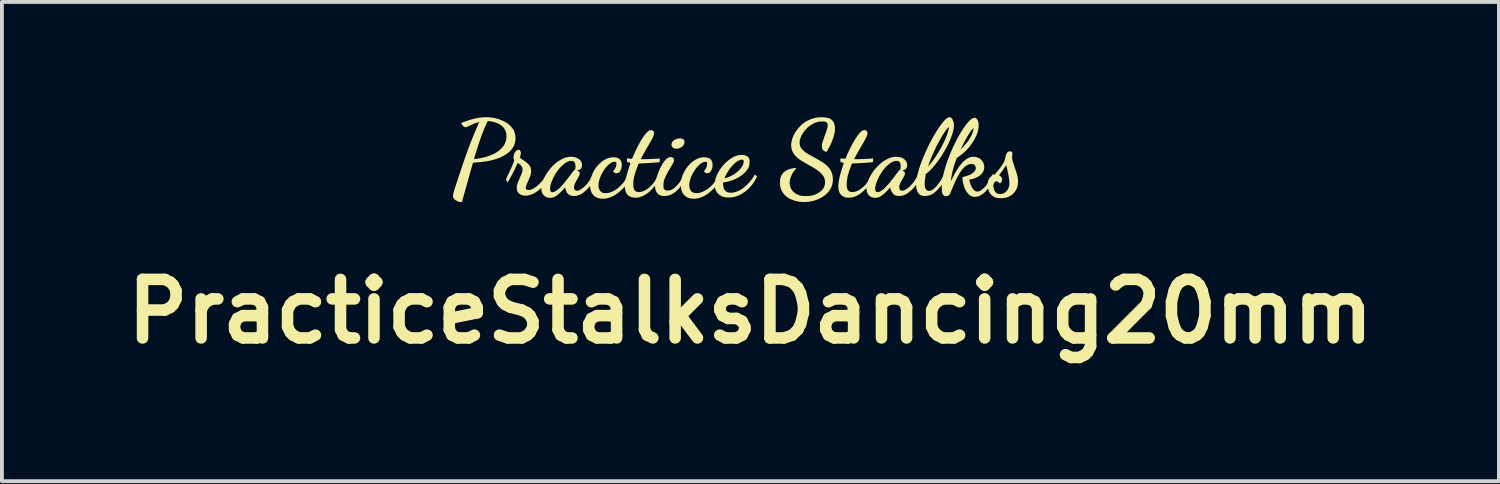
<source format=kicad_pcb>
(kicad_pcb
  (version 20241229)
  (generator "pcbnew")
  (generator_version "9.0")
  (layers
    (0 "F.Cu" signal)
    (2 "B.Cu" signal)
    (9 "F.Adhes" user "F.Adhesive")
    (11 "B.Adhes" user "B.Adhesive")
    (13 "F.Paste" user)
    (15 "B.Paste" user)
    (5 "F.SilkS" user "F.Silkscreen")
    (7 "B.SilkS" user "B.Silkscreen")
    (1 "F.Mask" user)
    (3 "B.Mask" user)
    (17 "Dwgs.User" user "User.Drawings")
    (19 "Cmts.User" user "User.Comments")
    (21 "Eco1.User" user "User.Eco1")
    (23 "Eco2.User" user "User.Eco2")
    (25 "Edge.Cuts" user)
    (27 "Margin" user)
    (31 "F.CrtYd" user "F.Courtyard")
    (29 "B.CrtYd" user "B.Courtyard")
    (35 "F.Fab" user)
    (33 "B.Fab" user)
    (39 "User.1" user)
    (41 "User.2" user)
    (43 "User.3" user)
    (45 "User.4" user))
  (footprint "PracticeStalksDancing20mm"
    (layer "F.Cu")
    (at 16.481 5.056)
    (property "Reference" "PracticeStalksDancing20mm" (at 0 0 0) (layer "F.SilkS") (effects (font (size 1.524 1.524) (thickness 0.3))))
    (attr board_only exclude_from_pos_files exclude_from_bom)
    (fp_poly (pts (xy -1.78 -4.497) (xy -1.75 -4.482) (xy -1.731 -4.465) (xy -1.719 -4.439) (xy -1.716 -4.407) (xy -1.721 -4.373) (xy -1.734 -4.341) (xy -1.735 -4.339) (xy -1.763 -4.303) (xy -1.8 -4.274) (xy -1.842 -4.252) (xy -1.888 -4.238) (xy -1.933 -4.235) (xy -1.964 -4.239) (xy -2.004 -4.255) (xy -2.032 -4.277) (xy -2.05 -4.306) (xy -2.055 -4.341) (xy -2.05 -4.38) (xy -2.034 -4.413) (xy -2.007 -4.443) (xy -1.967 -4.469) (xy -1.946 -4.48) (xy -1.903 -4.495) (xy -1.859 -4.503) (xy -1.818 -4.504)) (stroke (width 0) (type solid)) (fill yes) (layer "F.SilkS"))
    (fp_poly (pts (xy -6.786 -5.052) (xy -6.671 -5.036) (xy -6.56 -5.008) (xy -6.454 -4.967) (xy -6.361 -4.918) (xy -6.313 -4.886) (xy -6.266 -4.847) (xy -6.223 -4.803) (xy -6.187 -4.759) (xy -6.16 -4.716) (xy -6.158 -4.712) (xy -6.132 -4.645) (xy -6.117 -4.573) (xy -6.114 -4.497) (xy -6.122 -4.421) (xy -6.123 -4.419) (xy -6.133 -4.373) (xy -6.146 -4.335) (xy -6.162 -4.299) (xy -6.183 -4.264) (xy -6.23 -4.201) (xy -6.289 -4.142) (xy -6.36 -4.089) (xy -6.441 -4.042) (xy -6.533 -3.999) (xy -6.635 -3.963) (xy -6.747 -3.932) (xy -6.868 -3.908) (xy -6.997 -3.89) (xy -7.11 -3.88) (xy -7.146 -3.877) (xy -7.178 -3.874) (xy -7.203 -3.871) (xy -7.218 -3.869) (xy -7.221 -3.868) (xy -7.224 -3.861) (xy -7.229 -3.842) (xy -7.238 -3.813) (xy -7.249 -3.774) (xy -7.263 -3.727) (xy -7.278 -3.672) (xy -7.295 -3.612) (xy -7.314 -3.547) (xy -7.332 -3.48) (xy -7.353 -3.406) (xy -7.373 -3.333) (xy -7.393 -3.261) (xy -7.412 -3.193) (xy -7.43 -3.131) (xy -7.445 -3.075) (xy -7.459 -3.027) (xy -7.469 -2.99) (xy -7.474 -2.972) (xy -7.509 -2.847) (xy -7.533 -2.847) (xy -7.555 -2.849) (xy -7.58 -2.854) (xy -7.587 -2.856) (xy -7.635 -2.873) (xy -7.677 -2.897) (xy -7.71 -2.926) (xy -7.731 -2.956) (xy -7.737 -2.972) (xy -7.739 -2.994) (xy -7.738 -3.026) (xy -7.738 -3.026) (xy -7.737 -3.041) (xy -7.734 -3.059) (xy -7.729 -3.08) (xy -7.722 -3.106) (xy -7.713 -3.139) (xy -7.701 -3.18) (xy -7.685 -3.229) (xy -7.666 -3.289) (xy -7.648 -3.343) (xy -7.598 -3.497) (xy -7.55 -3.639) (xy -7.506 -3.77) (xy -7.464 -3.893) (xy -7.437 -3.97) (xy -7.193 -3.97) (xy -7.187 -3.968) (xy -7.168 -3.969) (xy -7.136 -3.972) (xy -7.091 -3.978) (xy -7.053 -3.984) (xy -6.943 -4.007) (xy -6.837 -4.037) (xy -6.739 -4.073) (xy -6.65 -4.116) (xy -6.575 -4.162) (xy -6.539 -4.19) (xy -6.501 -4.224) (xy -6.465 -4.261) (xy -6.433 -4.299) (xy -6.41 -4.333) (xy -6.407 -4.338) (xy -6.377 -4.402) (xy -6.357 -4.469) (xy -6.349 -4.536) (xy -6.35 -4.602) (xy -6.362 -4.666) (xy -6.385 -4.724) (xy -6.417 -4.776) (xy -6.43 -4.792) (xy -6.477 -4.835) (xy -6.534 -4.873) (xy -6.599 -4.905) (xy -6.67 -4.929) (xy -6.744 -4.946) (xy -6.786 -4.951) (xy -6.837 -4.955) (xy -6.878 -4.869) (xy -6.915 -4.788) (xy -6.952 -4.698) (xy -6.99 -4.598) (xy -7.029 -4.487) (xy -7.066 -4.38) (xy -7.084 -4.325) (xy -7.102 -4.269) (xy -7.119 -4.214) (xy -7.136 -4.161) (xy -7.152 -4.111) (xy -7.165 -4.067) (xy -7.177 -4.029) (xy -7.186 -3.999) (xy -7.191 -3.979) (xy -7.193 -3.97) (xy -7.437 -3.97) (xy -7.425 -4.007) (xy -7.386 -4.115) (xy -7.349 -4.218) (xy -7.312 -4.316) (xy -7.275 -4.412) (xy -7.238 -4.506) (xy -7.2 -4.599) (xy -7.161 -4.693) (xy -7.12 -4.789) (xy -7.077 -4.889) (xy -7.073 -4.899) (xy -7.06 -4.928) (xy -7.085 -4.924) (xy -7.125 -4.913) (xy -7.174 -4.896) (xy -7.232 -4.872) (xy -7.296 -4.842) (xy -7.302 -4.839) (xy -7.344 -4.819) (xy -7.376 -4.805) (xy -7.4 -4.797) (xy -7.419 -4.795) (xy -7.436 -4.798) (xy -7.451 -4.806) (xy -7.468 -4.82) (xy -7.474 -4.825) (xy -7.492 -4.843) (xy -7.508 -4.863) (xy -7.52 -4.882) (xy -7.526 -4.897) (xy -7.525 -4.904) (xy -7.517 -4.908) (xy -7.498 -4.916) (xy -7.472 -4.926) (xy -7.44 -4.938) (xy -7.405 -4.951) (xy -7.369 -4.963) (xy -7.335 -4.975) (xy -7.305 -4.985) (xy -7.288 -4.99) (xy -7.156 -5.025) (xy -7.029 -5.046) (xy -6.905 -5.056)) (stroke (width 0) (type solid)) (fill yes) (layer "F.SilkS"))
    (fp_poly (pts (xy 1.934 -5.052) (xy 1.996 -5.042) (xy 2.049 -5.027) (xy 2.093 -5.004) (xy 2.128 -4.974) (xy 2.157 -4.936) (xy 2.168 -4.917) (xy 2.186 -4.871) (xy 2.197 -4.815) (xy 2.2 -4.754) (xy 2.197 -4.688) (xy 2.193 -4.66) (xy 2.185 -4.623) (xy 2.173 -4.577) (xy 2.158 -4.526) (xy 2.139 -4.472) (xy 2.12 -4.421) (xy 2.109 -4.394) (xy 2.092 -4.355) (xy 2.072 -4.315) (xy 2.052 -4.276) (xy 2.032 -4.239) (xy 2.014 -4.206) (xy 1.998 -4.18) (xy 1.985 -4.162) (xy 1.976 -4.154) (xy 1.975 -4.153) (xy 1.956 -4.158) (xy 1.932 -4.168) (xy 1.909 -4.183) (xy 1.892 -4.197) (xy 1.876 -4.218) (xy 1.866 -4.242) (xy 1.861 -4.271) (xy 1.86 -4.301) (xy 1.86 -4.322) (xy 1.862 -4.342) (xy 1.865 -4.363) (xy 1.871 -4.387) (xy 1.879 -4.415) (xy 1.89 -4.45) (xy 1.905 -4.492) (xy 1.924 -4.545) (xy 1.936 -4.579) (xy 1.962 -4.651) (xy 1.983 -4.713) (xy 1.997 -4.764) (xy 2.007 -4.807) (xy 2.011 -4.842) (xy 2.01 -4.87) (xy 2.004 -4.893) (xy 1.992 -4.91) (xy 1.976 -4.925) (xy 1.965 -4.932) (xy 1.945 -4.938) (xy 1.915 -4.942) (xy 1.879 -4.944) (xy 1.84 -4.943) (xy 1.801 -4.941) (xy 1.765 -4.936) (xy 1.74 -4.93) (xy 1.657 -4.899) (xy 1.579 -4.856) (xy 1.506 -4.803) (xy 1.441 -4.74) (xy 1.384 -4.669) (xy 1.336 -4.591) (xy 1.323 -4.564) (xy 1.301 -4.511) (xy 1.287 -4.463) (xy 1.281 -4.417) (xy 1.281 -4.374) (xy 1.284 -4.342) (xy 1.288 -4.319) (xy 1.295 -4.298) (xy 1.306 -4.275) (xy 1.331 -4.238) (xy 1.365 -4.2) (xy 1.407 -4.162) (xy 1.453 -4.128) (xy 1.46 -4.123) (xy 1.478 -4.112) (xy 1.505 -4.096) (xy 1.54 -4.076) (xy 1.581 -4.053) (xy 1.624 -4.03) (xy 1.653 -4.013) (xy 1.699 -3.988) (xy 1.746 -3.961) (xy 1.791 -3.935) (xy 1.831 -3.911) (xy 1.864 -3.891) (xy 1.877 -3.883) (xy 1.952 -3.829) (xy 2.014 -3.773) (xy 2.063 -3.714) (xy 2.1 -3.652) (xy 2.126 -3.585) (xy 2.141 -3.514) (xy 2.146 -3.436) (xy 2.145 -3.413) (xy 2.139 -3.35) (xy 2.128 -3.294) (xy 2.109 -3.241) (xy 2.089 -3.199) (xy 2.047 -3.134) (xy 1.995 -3.074) (xy 1.932 -3.019) (xy 1.862 -2.972) (xy 1.783 -2.931) (xy 1.699 -2.897) (xy 1.611 -2.872) (xy 1.519 -2.855) (xy 1.425 -2.848) (xy 1.33 -2.85) (xy 1.263 -2.857) (xy 1.171 -2.877) (xy 1.086 -2.905) (xy 1.01 -2.941) (xy 0.943 -2.986) (xy 0.886 -3.037) (xy 0.84 -3.096) (xy 0.804 -3.161) (xy 0.781 -3.23) (xy 0.772 -3.279) (xy 0.769 -3.335) (xy 0.77 -3.392) (xy 0.776 -3.447) (xy 0.787 -3.495) (xy 0.791 -3.507) (xy 0.818 -3.561) (xy 0.857 -3.61) (xy 0.905 -3.651) (xy 0.963 -3.685) (xy 1.028 -3.709) (xy 1.043 -3.713) (xy 1.07 -3.719) (xy 1.1 -3.725) (xy 1.13 -3.729) (xy 1.157 -3.732) (xy 1.178 -3.733) (xy 1.191 -3.732) (xy 1.193 -3.73) (xy 1.189 -3.723) (xy 1.179 -3.709) (xy 1.167 -3.695) (xy 1.118 -3.633) (xy 1.079 -3.567) (xy 1.049 -3.499) (xy 1.029 -3.432) (xy 1.02 -3.366) (xy 1.02 -3.353) (xy 1.026 -3.286) (xy 1.044 -3.224) (xy 1.074 -3.168) (xy 1.114 -3.118) (xy 1.166 -3.076) (xy 1.227 -3.042) (xy 1.287 -3.019) (xy 1.308 -3.013) (xy 1.328 -3.009) (xy 1.349 -3.006) (xy 1.376 -3.004) (xy 1.411 -3.004) (xy 1.443 -3.003) (xy 1.488 -3.004) (xy 1.522 -3.005) (xy 1.55 -3.007) (xy 1.575 -3.011) (xy 1.601 -3.017) (xy 1.61 -3.019) (xy 1.683 -3.042) (xy 1.749 -3.073) (xy 1.808 -3.11) (xy 1.857 -3.152) (xy 1.895 -3.197) (xy 1.922 -3.25) (xy 1.938 -3.308) (xy 1.942 -3.372) (xy 1.939 -3.41) (xy 1.928 -3.46) (xy 1.909 -3.505) (xy 1.881 -3.549) (xy 1.841 -3.593) (xy 1.837 -3.597) (xy 1.811 -3.622) (xy 1.783 -3.646) (xy 1.751 -3.67) (xy 1.714 -3.696) (xy 1.67 -3.724) (xy 1.617 -3.756) (xy 1.555 -3.791) (xy 1.513 -3.815) (xy 1.447 -3.852) (xy 1.391 -3.885) (xy 1.344 -3.913) (xy 1.304 -3.939) (xy 1.27 -3.962) (xy 1.24 -3.984) (xy 1.219 -4.002) (xy 1.162 -4.058) (xy 1.118 -4.117) (xy 1.086 -4.181) (xy 1.067 -4.249) (xy 1.06 -4.322) (xy 1.066 -4.399) (xy 1.085 -4.481) (xy 1.101 -4.53) (xy 1.133 -4.603) (xy 1.176 -4.676) (xy 1.228 -4.748) (xy 1.286 -4.815) (xy 1.348 -4.874) (xy 1.412 -4.922) (xy 1.498 -4.972) (xy 1.584 -5.01) (xy 1.672 -5.036) (xy 1.765 -5.051) (xy 1.86 -5.055)) (stroke (width 0) (type solid)) (fill yes) (layer "F.SilkS"))
    (fp_poly (pts (xy 5.198 -5.055) (xy 5.224 -5.041) (xy 5.248 -5.014) (xy 5.258 -4.997) (xy 5.281 -4.944) (xy 5.294 -4.89) (xy 5.298 -4.832) (xy 5.292 -4.768) (xy 5.277 -4.697) (xy 5.25 -4.603) (xy 5.213 -4.504) (xy 5.169 -4.402) (xy 5.118 -4.298) (xy 5.061 -4.193) (xy 5 -4.091) (xy 4.936 -3.991) (xy 4.868 -3.897) (xy 4.8 -3.809) (xy 4.731 -3.729) (xy 4.663 -3.659) (xy 4.608 -3.611) (xy 4.563 -3.574) (xy 4.551 -3.495) (xy 4.541 -3.417) (xy 4.535 -3.351) (xy 4.535 -3.294) (xy 4.54 -3.248) (xy 4.551 -3.21) (xy 4.567 -3.18) (xy 4.588 -3.157) (xy 4.595 -3.152) (xy 4.623 -3.14) (xy 4.656 -3.138) (xy 4.693 -3.144) (xy 4.717 -3.154) (xy 4.751 -3.175) (xy 4.789 -3.207) (xy 4.829 -3.247) (xy 4.87 -3.294) (xy 4.91 -3.346) (xy 4.947 -3.401) (xy 4.955 -3.413) (xy 4.977 -3.45) (xy 4.993 -3.48) (xy 5.005 -3.507) (xy 5.015 -3.535) (xy 5.024 -3.569) (xy 5.03 -3.593) (xy 5.057 -3.698) (xy 5.09 -3.807) (xy 5.128 -3.918) (xy 5.17 -4.031) (xy 5.216 -4.145) (xy 5.245 -4.21) (xy 5.466 -4.21) (xy 5.531 -4.277) (xy 5.561 -4.309) (xy 5.593 -4.347) (xy 5.625 -4.384) (xy 5.647 -4.412) (xy 5.699 -4.487) (xy 5.741 -4.56) (xy 5.773 -4.629) (xy 5.795 -4.693) (xy 5.803 -4.741) (xy 5.807 -4.777) (xy 5.777 -4.743) (xy 5.746 -4.707) (xy 5.712 -4.659) (xy 5.675 -4.602) (xy 5.635 -4.535) (xy 5.594 -4.462) (xy 5.552 -4.382) (xy 5.524 -4.327) (xy 5.466 -4.21) (xy 5.245 -4.21) (xy 5.266 -4.257) (xy 5.317 -4.366) (xy 5.371 -4.472) (xy 5.425 -4.573) (xy 5.481 -4.668) (xy 5.536 -4.755) (xy 5.59 -4.833) (xy 5.643 -4.901) (xy 5.695 -4.958) (xy 5.708 -4.971) (xy 5.749 -5.006) (xy 5.787 -5.029) (xy 5.821 -5.04) (xy 5.852 -5.038) (xy 5.879 -5.023) (xy 5.903 -4.995) (xy 5.907 -4.99) (xy 5.925 -4.948) (xy 5.937 -4.898) (xy 5.94 -4.84) (xy 5.936 -4.778) (xy 5.925 -4.712) (xy 5.907 -4.647) (xy 5.88 -4.578) (xy 5.844 -4.504) (xy 5.802 -4.429) (xy 5.754 -4.356) (xy 5.702 -4.287) (xy 5.701 -4.286) (xy 5.666 -4.245) (xy 5.623 -4.2) (xy 5.576 -4.155) (xy 5.528 -4.112) (xy 5.482 -4.074) (xy 5.442 -4.045) (xy 5.375 -4) (xy 5.345 -3.922) (xy 5.33 -3.881) (xy 5.313 -3.834) (xy 5.298 -3.789) (xy 5.29 -3.763) (xy 5.28 -3.726) (xy 5.268 -3.681) (xy 5.257 -3.63) (xy 5.245 -3.577) (xy 5.235 -3.525) (xy 5.226 -3.478) (xy 5.22 -3.438) (xy 5.217 -3.42) (xy 5.216 -3.407) (xy 5.216 -3.399) (xy 5.218 -3.398) (xy 5.223 -3.404) (xy 5.231 -3.419) (xy 5.244 -3.444) (xy 5.262 -3.48) (xy 5.264 -3.483) (xy 5.321 -3.591) (xy 5.377 -3.687) (xy 5.432 -3.77) (xy 5.486 -3.84) (xy 5.54 -3.899) (xy 5.593 -3.946) (xy 5.646 -3.982) (xy 5.701 -4.007) (xy 5.755 -4.022) (xy 5.809 -4.027) (xy 5.87 -4.02) (xy 5.925 -4.003) (xy 5.974 -3.975) (xy 6.016 -3.939) (xy 6.049 -3.894) (xy 6.072 -3.844) (xy 6.084 -3.787) (xy 6.085 -3.736) (xy 6.075 -3.681) (xy 6.053 -3.63) (xy 6.018 -3.582) (xy 5.972 -3.539) (xy 5.915 -3.502) (xy 5.893 -3.491) (xy 5.857 -3.475) (xy 5.818 -3.46) (xy 5.779 -3.447) (xy 5.744 -3.438) (xy 5.717 -3.434) (xy 5.709 -3.433) (xy 5.694 -3.433) (xy 5.71 -3.375) (xy 5.728 -3.314) (xy 5.746 -3.265) (xy 5.767 -3.224) (xy 5.79 -3.19) (xy 5.817 -3.16) (xy 5.819 -3.158) (xy 5.85 -3.134) (xy 5.88 -3.122) (xy 5.915 -3.121) (xy 5.927 -3.122) (xy 5.958 -3.13) (xy 5.991 -3.145) (xy 6.026 -3.17) (xy 6.065 -3.205) (xy 6.077 -3.217) (xy 6.108 -3.249) (xy 6.323 -3.249) (xy 6.326 -3.228) (xy 6.34 -3.173) (xy 6.362 -3.128) (xy 6.392 -3.092) (xy 6.429 -3.066) (xy 6.43 -3.066) (xy 6.461 -3.057) (xy 6.498 -3.054) (xy 6.538 -3.058) (xy 6.575 -3.067) (xy 6.59 -3.073) (xy 6.638 -3.104) (xy 6.678 -3.144) (xy 6.709 -3.194) (xy 6.73 -3.25) (xy 6.733 -3.265) (xy 6.739 -3.311) (xy 6.739 -3.367) (xy 6.733 -3.435) (xy 6.722 -3.512) (xy 6.706 -3.599) (xy 6.685 -3.694) (xy 6.671 -3.749) (xy 6.656 -3.808) (xy 6.597 -3.72) (xy 6.574 -3.686) (xy 6.55 -3.652) (xy 6.528 -3.622) (xy 6.511 -3.598) (xy 6.506 -3.591) (xy 6.49 -3.572) (xy 6.479 -3.556) (xy 6.474 -3.548) (xy 6.474 -3.547) (xy 6.479 -3.542) (xy 6.492 -3.531) (xy 6.5 -3.525) (xy 6.531 -3.498) (xy 6.548 -3.468) (xy 6.552 -3.434) (xy 6.544 -3.399) (xy 6.526 -3.367) (xy 6.513 -3.349) (xy 6.502 -3.337) (xy 6.496 -3.333) (xy 6.487 -3.338) (xy 6.475 -3.349) (xy 6.473 -3.351) (xy 6.445 -3.374) (xy 6.417 -3.385) (xy 6.391 -3.385) (xy 6.367 -3.374) (xy 6.347 -3.354) (xy 6.333 -3.326) (xy 6.324 -3.291) (xy 6.323 -3.249) (xy 6.108 -3.249) (xy 6.111 -3.252) (xy 6.136 -3.28) (xy 6.155 -3.305) (xy 6.167 -3.327) (xy 6.175 -3.349) (xy 6.181 -3.374) (xy 6.195 -3.424) (xy 6.219 -3.467) (xy 6.255 -3.503) (xy 6.277 -3.524) (xy 6.293 -3.546) (xy 6.298 -3.555) (xy 6.305 -3.571) (xy 6.31 -3.579) (xy 6.311 -3.58) (xy 6.317 -3.575) (xy 6.327 -3.565) (xy 6.339 -3.55) (xy 6.36 -3.57) (xy 6.377 -3.587) (xy 6.399 -3.612) (xy 6.425 -3.643) (xy 6.453 -3.677) (xy 6.48 -3.711) (xy 6.505 -3.744) (xy 6.526 -3.772) (xy 6.533 -3.783) (xy 6.565 -3.833) (xy 6.59 -3.876) (xy 6.609 -3.915) (xy 6.622 -3.952) (xy 6.632 -3.989) (xy 6.635 -4.003) (xy 6.647 -4.06) (xy 6.664 -4.105) (xy 6.685 -4.137) (xy 6.71 -4.158) (xy 6.74 -4.167) (xy 6.754 -4.168) (xy 6.783 -4.163) (xy 6.805 -4.15) (xy 6.817 -4.13) (xy 6.817 -4.129) (xy 6.818 -4.114) (xy 6.817 -4.091) (xy 6.814 -4.065) (xy 6.813 -4.064) (xy 6.81 -4.036) (xy 6.809 -4.008) (xy 6.812 -3.978) (xy 6.818 -3.943) (xy 6.828 -3.903) (xy 6.843 -3.855) (xy 6.862 -3.797) (xy 6.868 -3.78) (xy 6.892 -3.709) (xy 6.912 -3.648) (xy 6.929 -3.597) (xy 6.941 -3.553) (xy 6.951 -3.515) (xy 6.958 -3.482) (xy 6.963 -3.451) (xy 6.965 -3.421) (xy 6.967 -3.391) (xy 6.967 -3.373) (xy 6.96 -3.299) (xy 6.942 -3.228) (xy 6.913 -3.163) (xy 6.874 -3.104) (xy 6.826 -3.053) (xy 6.769 -3.011) (xy 6.705 -2.979) (xy 6.646 -2.96) (xy 6.607 -2.953) (xy 6.56 -2.949) (xy 6.512 -2.947) (xy 6.466 -2.948) (xy 6.428 -2.953) (xy 6.423 -2.953) (xy 6.362 -2.972) (xy 6.308 -3.001) (xy 6.263 -3.041) (xy 6.226 -3.09) (xy 6.199 -3.148) (xy 6.198 -3.152) (xy 6.183 -3.198) (xy 6.148 -3.156) (xy 6.098 -3.101) (xy 6.044 -3.056) (xy 5.989 -3.022) (xy 5.932 -2.997) (xy 5.876 -2.984) (xy 5.822 -2.982) (xy 5.77 -2.992) (xy 5.742 -3.004) (xy 5.711 -3.024) (xy 5.677 -3.053) (xy 5.645 -3.089) (xy 5.617 -3.127) (xy 5.597 -3.161) (xy 5.567 -3.233) (xy 5.544 -3.308) (xy 5.527 -3.382) (xy 5.519 -3.451) (xy 5.519 -3.453) (xy 5.517 -3.495) (xy 5.575 -3.511) (xy 5.65 -3.534) (xy 5.715 -3.56) (xy 5.768 -3.59) (xy 5.811 -3.622) (xy 5.841 -3.656) (xy 5.86 -3.692) (xy 5.866 -3.729) (xy 5.86 -3.767) (xy 5.853 -3.784) (xy 5.832 -3.812) (xy 5.803 -3.831) (xy 5.766 -3.839) (xy 5.736 -3.838) (xy 5.687 -3.829) (xy 5.64 -3.808) (xy 5.593 -3.777) (xy 5.546 -3.733) (xy 5.499 -3.678) (xy 5.452 -3.61) (xy 5.405 -3.531) (xy 5.357 -3.438) (xy 5.309 -3.333) (xy 5.264 -3.227) (xy 5.247 -3.184) (xy 5.23 -3.144) (xy 5.215 -3.109) (xy 5.203 -3.081) (xy 5.194 -3.062) (xy 5.191 -3.057) (xy 5.17 -3.028) (xy 5.144 -3.011) (xy 5.111 -3.002) (xy 5.105 -3.001) (xy 5.068 -3.002) (xy 5.04 -3.012) (xy 5.018 -3.033) (xy 5.003 -3.058) (xy 4.996 -3.073) (xy 4.991 -3.088) (xy 4.987 -3.105) (xy 4.984 -3.127) (xy 4.982 -3.157) (xy 4.981 -3.195) (xy 4.977 -3.296) (xy 4.942 -3.249) (xy 4.916 -3.218) (xy 4.885 -3.184) (xy 4.85 -3.149) (xy 4.815 -3.116) (xy 4.781 -3.087) (xy 4.753 -3.066) (xy 4.745 -3.061) (xy 4.684 -3.031) (xy 4.623 -3.012) (xy 4.558 -3.005) (xy 4.547 -3.005) (xy 4.491 -3.009) (xy 4.445 -3.02) (xy 4.407 -3.04) (xy 4.376 -3.069) (xy 4.351 -3.11) (xy 4.338 -3.14) (xy 4.322 -3.192) (xy 4.314 -3.242) (xy 4.31 -3.296) (xy 4.28 -3.256) (xy 4.231 -3.198) (xy 4.175 -3.143) (xy 4.116 -3.094) (xy 4.057 -3.054) (xy 4.053 -3.052) (xy 4.004 -3.029) (xy 3.95 -3.014) (xy 3.895 -3.006) (xy 3.842 -3.006) (xy 3.794 -3.014) (xy 3.761 -3.026) (xy 3.725 -3.051) (xy 3.694 -3.088) (xy 3.667 -3.134) (xy 3.647 -3.189) (xy 3.642 -3.206) (xy 3.637 -3.228) (xy 3.59 -3.176) (xy 3.529 -3.111) (xy 3.473 -3.058) (xy 3.419 -3.017) (xy 3.368 -2.986) (xy 3.319 -2.967) (xy 3.271 -2.958) (xy 3.224 -2.958) (xy 3.211 -2.96) (xy 3.156 -2.974) (xy 3.11 -2.998) (xy 3.074 -3.032) (xy 3.047 -3.075) (xy 3.03 -3.127) (xy 3.025 -3.155) (xy 3.021 -3.189) (xy 3.247 -3.189) (xy 3.251 -3.153) (xy 3.262 -3.127) (xy 3.28 -3.111) (xy 3.283 -3.11) (xy 3.305 -3.104) (xy 3.332 -3.107) (xy 3.364 -3.117) (xy 3.372 -3.121) (xy 3.405 -3.139) (xy 3.443 -3.167) (xy 3.486 -3.204) (xy 3.532 -3.25) (xy 3.581 -3.303) (xy 3.612 -3.339) (xy 3.628 -3.357) (xy 3.649 -3.385) (xy 3.676 -3.419) (xy 3.706 -3.457) (xy 3.737 -3.498) (xy 3.764 -3.534) (xy 3.794 -3.573) (xy 3.821 -3.608) (xy 3.845 -3.638) (xy 3.865 -3.662) (xy 3.88 -3.678) (xy 3.887 -3.685) (xy 3.887 -3.685) (xy 3.897 -3.691) (xy 3.904 -3.704) (xy 3.908 -3.727) (xy 3.91 -3.76) (xy 3.91 -3.78) (xy 3.907 -3.827) (xy 3.897 -3.864) (xy 3.881 -3.89) (xy 3.858 -3.907) (xy 3.853 -3.909) (xy 3.812 -3.919) (xy 3.767 -3.916) (xy 3.72 -3.903) (xy 3.67 -3.879) (xy 3.619 -3.845) (xy 3.568 -3.802) (xy 3.517 -3.751) (xy 3.467 -3.693) (xy 3.419 -3.627) (xy 3.374 -3.556) (xy 3.333 -3.478) (xy 3.329 -3.47) (xy 3.299 -3.403) (xy 3.276 -3.34) (xy 3.259 -3.283) (xy 3.25 -3.232) (xy 3.247 -3.189) (xy 3.021 -3.189) (xy 3.018 -3.21) (xy 2.957 -3.15) (xy 2.887 -3.087) (xy 2.817 -3.037) (xy 2.747 -3) (xy 2.675 -2.975) (xy 2.601 -2.962) (xy 2.538 -2.961) (xy 2.506 -2.963) (xy 2.482 -2.966) (xy 2.461 -2.972) (xy 2.438 -2.982) (xy 2.424 -2.989) (xy 2.383 -3.014) (xy 2.349 -3.046) (xy 2.323 -3.084) (xy 2.303 -3.13) (xy 2.292 -3.183) (xy 2.287 -3.245) (xy 2.29 -3.315) (xy 2.3 -3.395) (xy 2.318 -3.483) (xy 2.342 -3.582) (xy 2.374 -3.691) (xy 2.406 -3.789) (xy 2.418 -3.825) (xy 2.425 -3.851) (xy 2.427 -3.865) (xy 2.425 -3.87) (xy 2.414 -3.873) (xy 2.395 -3.878) (xy 2.38 -3.881) (xy 2.343 -3.89) (xy 2.341 -3.939) (xy 2.341 -3.963) (xy 2.341 -3.978) (xy 2.344 -3.984) (xy 2.35 -3.984) (xy 2.355 -3.983) (xy 2.369 -3.981) (xy 2.391 -3.98) (xy 2.418 -3.978) (xy 2.422 -3.978) (xy 2.474 -3.977) (xy 2.51 -4.061) (xy 2.55 -4.153) (xy 2.592 -4.24) (xy 2.635 -4.324) (xy 2.678 -4.402) (xy 2.721 -4.474) (xy 2.763 -4.539) (xy 2.803 -4.595) (xy 2.841 -4.642) (xy 2.876 -4.677) (xy 2.906 -4.701) (xy 2.939 -4.716) (xy 2.971 -4.72) (xy 3 -4.714) (xy 3.023 -4.698) (xy 3.04 -4.674) (xy 3.047 -4.643) (xy 3.047 -4.638) (xy 3.046 -4.622) (xy 3.043 -4.605) (xy 3.037 -4.585) (xy 3.029 -4.562) (xy 3.016 -4.535) (xy 3 -4.502) (xy 2.978 -4.462) (xy 2.951 -4.414) (xy 2.918 -4.356) (xy 2.884 -4.297) (xy 2.844 -4.229) (xy 2.809 -4.166) (xy 2.777 -4.111) (xy 2.751 -4.064) (xy 2.73 -4.024) (xy 2.714 -3.994) (xy 2.705 -3.973) (xy 2.702 -3.963) (xy 2.702 -3.962) (xy 2.709 -3.962) (xy 2.728 -3.962) (xy 2.756 -3.962) (xy 2.792 -3.963) (xy 2.834 -3.964) (xy 2.879 -3.966) (xy 2.927 -3.967) (xy 2.975 -3.969) (xy 3.021 -3.971) (xy 3.063 -3.973) (xy 3.101 -3.975) (xy 3.13 -3.977) (xy 3.145 -3.978) (xy 3.193 -3.982) (xy 3.193 -3.887) (xy 3.172 -3.884) (xy 3.153 -3.882) (xy 3.123 -3.879) (xy 3.084 -3.875) (xy 3.038 -3.872) (xy 2.989 -3.869) (xy 2.937 -3.865) (xy 2.885 -3.862) (xy 2.835 -3.859) (xy 2.79 -3.857) (xy 2.764 -3.856) (xy 2.645 -3.851) (xy 2.632 -3.821) (xy 2.621 -3.792) (xy 2.606 -3.754) (xy 2.59 -3.711) (xy 2.575 -3.666) (xy 2.56 -3.623) (xy 2.549 -3.587) (xy 2.544 -3.572) (xy 2.529 -3.512) (xy 2.518 -3.45) (xy 2.51 -3.388) (xy 2.506 -3.329) (xy 2.506 -3.275) (xy 2.511 -3.229) (xy 2.517 -3.202) (xy 2.533 -3.163) (xy 2.557 -3.135) (xy 2.589 -3.117) (xy 2.629 -3.108) (xy 2.668 -3.108) (xy 2.71 -3.113) (xy 2.748 -3.123) (xy 2.787 -3.139) (xy 2.822 -3.157) (xy 2.859 -3.181) (xy 2.898 -3.21) (xy 2.937 -3.243) (xy 2.974 -3.279) (xy 3.007 -3.314) (xy 3.033 -3.347) (xy 3.052 -3.377) (xy 3.06 -3.394) (xy 3.07 -3.424) (xy 3.088 -3.461) (xy 3.109 -3.504) (xy 3.134 -3.548) (xy 3.16 -3.592) (xy 3.182 -3.626) (xy 3.218 -3.675) (xy 3.262 -3.727) (xy 3.31 -3.778) (xy 3.359 -3.827) (xy 3.406 -3.868) (xy 3.426 -3.884) (xy 3.475 -3.918) (xy 3.529 -3.95) (xy 3.585 -3.978) (xy 3.637 -4) (xy 3.657 -4.007) (xy 3.719 -4.021) (xy 3.785 -4.026) (xy 3.85 -4.022) (xy 3.912 -4.01) (xy 3.96 -3.992) (xy 3.993 -3.971) (xy 4.025 -3.942) (xy 4.051 -3.91) (xy 4.068 -3.878) (xy 4.07 -3.874) (xy 4.078 -3.835) (xy 4.08 -3.795) (xy 4.074 -3.758) (xy 4.061 -3.728) (xy 4.058 -3.724) (xy 4.032 -3.698) (xy 4.001 -3.682) (xy 3.974 -3.676) (xy 3.947 -3.672) (xy 3.973 -3.659) (xy 3.997 -3.644) (xy 4.014 -3.627) (xy 4.022 -3.606) (xy 4.022 -3.581) (xy 4.013 -3.55) (xy 3.996 -3.512) (xy 3.97 -3.466) (xy 3.96 -3.45) (xy 3.925 -3.389) (xy 3.899 -3.337) (xy 3.882 -3.292) (xy 3.873 -3.254) (xy 3.872 -3.234) (xy 3.877 -3.196) (xy 3.89 -3.168) (xy 3.912 -3.149) (xy 3.94 -3.141) (xy 3.974 -3.144) (xy 4.014 -3.159) (xy 4.016 -3.16) (xy 4.079 -3.197) (xy 4.138 -3.245) (xy 4.195 -3.303) (xy 4.251 -3.372) (xy 4.277 -3.41) (xy 4.298 -3.441) (xy 4.313 -3.466) (xy 4.324 -3.488) (xy 4.333 -3.512) (xy 4.342 -3.541) (xy 4.35 -3.57) (xy 4.381 -3.681) (xy 4.412 -3.78) (xy 4.627 -3.78) (xy 4.631 -3.782) (xy 4.642 -3.793) (xy 4.658 -3.811) (xy 4.678 -3.835) (xy 4.701 -3.864) (xy 4.725 -3.895) (xy 4.729 -3.9) (xy 4.786 -3.978) (xy 4.842 -4.061) (xy 4.895 -4.147) (xy 4.947 -4.235) (xy 4.994 -4.324) (xy 5.038 -4.412) (xy 5.076 -4.497) (xy 5.109 -4.577) (xy 5.135 -4.652) (xy 5.154 -4.72) (xy 5.164 -4.769) (xy 5.165 -4.787) (xy 5.164 -4.796) (xy 5.157 -4.795) (xy 5.145 -4.785) (xy 5.126 -4.764) (xy 5.117 -4.753) (xy 5.083 -4.709) (xy 5.044 -4.654) (xy 5.003 -4.59) (xy 4.96 -4.518) (xy 4.917 -4.44) (xy 4.873 -4.358) (xy 4.829 -4.273) (xy 4.788 -4.187) (xy 4.749 -4.102) (xy 4.713 -4.019) (xy 4.69 -3.96) (xy 4.678 -3.928) (xy 4.665 -3.894) (xy 4.653 -3.86) (xy 4.642 -3.83) (xy 4.634 -3.805) (xy 4.628 -3.787) (xy 4.627 -3.78) (xy 4.412 -3.78) (xy 4.415 -3.79) (xy 4.454 -3.899) (xy 4.499 -4.012) (xy 4.55 -4.131) (xy 4.605 -4.25) (xy 4.651 -4.346) (xy 4.7 -4.44) (xy 4.75 -4.532) (xy 4.801 -4.619) (xy 4.851 -4.702) (xy 4.901 -4.778) (xy 4.949 -4.847) (xy 4.995 -4.907) (xy 5.038 -4.958) (xy 5.077 -4.999) (xy 5.1 -5.02) (xy 5.137 -5.044) (xy 5.169 -5.056)) (stroke (width 0) (type solid)) (fill yes) (layer "F.SilkS"))
    (fp_poly (pts (xy -2.555 -4.713) (xy -2.531 -4.698) (xy -2.514 -4.676) (xy -2.507 -4.646) (xy -2.507 -4.642) (xy -2.51 -4.617) (xy -2.518 -4.584) (xy -2.531 -4.549) (xy -2.546 -4.514) (xy -2.547 -4.513) (xy -2.555 -4.498) (xy -2.569 -4.473) (xy -2.587 -4.441) (xy -2.609 -4.402) (xy -2.634 -4.359) (xy -2.66 -4.313) (xy -2.668 -4.3) (xy -2.709 -4.23) (xy -2.745 -4.166) (xy -2.777 -4.11) (xy -2.803 -4.062) (xy -2.824 -4.023) (xy -2.84 -3.993) (xy -2.849 -3.973) (xy -2.852 -3.963) (xy -2.851 -3.962) (xy -2.844 -3.962) (xy -2.825 -3.962) (xy -2.797 -3.962) (xy -2.761 -3.963) (xy -2.72 -3.964) (xy -2.674 -3.966) (xy -2.626 -3.967) (xy -2.578 -3.969) (xy -2.532 -3.971) (xy -2.49 -3.973) (xy -2.453 -3.975) (xy -2.423 -3.977) (xy -2.408 -3.978) (xy -2.36 -3.982) (xy -2.36 -3.935) (xy -2.36 -3.91) (xy -2.362 -3.896) (xy -2.366 -3.889) (xy -2.373 -3.885) (xy -2.378 -3.884) (xy -2.392 -3.882) (xy -2.417 -3.88) (xy -2.451 -3.877) (xy -2.492 -3.874) (xy -2.539 -3.871) (xy -2.589 -3.867) (xy -2.641 -3.864) (xy -2.692 -3.861) (xy -2.74 -3.858) (xy -2.783 -3.856) (xy -2.803 -3.855) (xy -2.909 -3.85) (xy -2.928 -3.803) (xy -2.944 -3.763) (xy -2.961 -3.716) (xy -2.979 -3.666) (xy -2.995 -3.615) (xy -3.01 -3.568) (xy -3.021 -3.527) (xy -3.026 -3.51) (xy -3.038 -3.448) (xy -3.045 -3.386) (xy -3.048 -3.326) (xy -3.047 -3.271) (xy -3.041 -3.223) (xy -3.031 -3.185) (xy -3.029 -3.179) (xy -3.015 -3.156) (xy -2.997 -3.135) (xy -2.99 -3.13) (xy -2.96 -3.114) (xy -2.921 -3.107) (xy -2.876 -3.108) (xy -2.828 -3.118) (xy -2.778 -3.135) (xy -2.734 -3.156) (xy -2.679 -3.192) (xy -2.625 -3.234) (xy -2.575 -3.282) (xy -2.53 -3.333) (xy -2.491 -3.386) (xy -2.461 -3.437) (xy -2.442 -3.485) (xy -2.44 -3.49) (xy -2.426 -3.538) (xy -2.406 -3.593) (xy -2.383 -3.651) (xy -2.359 -3.708) (xy -2.337 -3.752) (xy -2.295 -3.829) (xy -2.254 -3.893) (xy -2.212 -3.944) (xy -2.171 -3.982) (xy -2.13 -4.006) (xy -2.089 -4.018) (xy -2.089 -4.018) (xy -2.053 -4.017) (xy -2.023 -4.006) (xy -2.002 -3.986) (xy -1.99 -3.959) (xy -1.989 -3.926) (xy -1.99 -3.922) (xy -1.993 -3.909) (xy -1.997 -3.895) (xy -2.004 -3.879) (xy -2.014 -3.859) (xy -2.029 -3.833) (xy -2.048 -3.8) (xy -2.073 -3.758) (xy -2.085 -3.737) (xy -2.125 -3.669) (xy -2.161 -3.604) (xy -2.192 -3.543) (xy -2.218 -3.488) (xy -2.238 -3.442) (xy -2.248 -3.413) (xy -2.256 -3.381) (xy -2.261 -3.343) (xy -2.264 -3.303) (xy -2.264 -3.265) (xy -2.262 -3.231) (xy -2.257 -3.204) (xy -2.252 -3.191) (xy -2.227 -3.166) (xy -2.195 -3.151) (xy -2.157 -3.145) (xy -2.113 -3.149) (xy -2.065 -3.164) (xy -2.042 -3.175) (xy -2.017 -3.188) (xy -1.992 -3.206) (xy -1.964 -3.23) (xy -1.93 -3.263) (xy -1.929 -3.263) (xy -1.882 -3.313) (xy -1.845 -3.359) (xy -1.817 -3.402) (xy -1.797 -3.445) (xy -1.787 -3.476) (xy -1.759 -3.56) (xy -1.721 -3.641) (xy -1.675 -3.717) (xy -1.622 -3.787) (xy -1.563 -3.85) (xy -1.499 -3.904) (xy -1.431 -3.949) (xy -1.361 -3.983) (xy -1.294 -4.004) (xy -1.24 -4.012) (xy -1.187 -4.013) (xy -1.137 -4.007) (xy -1.092 -3.994) (xy -1.055 -3.976) (xy -1.041 -3.965) (xy -1.015 -3.932) (xy -0.997 -3.891) (xy -0.987 -3.844) (xy -0.986 -3.795) (xy -0.992 -3.745) (xy -1.007 -3.697) (xy -1.029 -3.654) (xy -1.044 -3.635) (xy -1.072 -3.61) (xy -1.104 -3.598) (xy -1.137 -3.597) (xy -1.168 -3.607) (xy -1.195 -3.628) (xy -1.213 -3.648) (xy -1.19 -3.675) (xy -1.157 -3.722) (xy -1.136 -3.772) (xy -1.128 -3.826) (xy -1.128 -3.827) (xy -1.128 -3.858) (xy -1.131 -3.879) (xy -1.141 -3.89) (xy -1.159 -3.895) (xy -1.181 -3.896) (xy -1.22 -3.888) (xy -1.262 -3.869) (xy -1.305 -3.84) (xy -1.348 -3.801) (xy -1.391 -3.755) (xy -1.432 -3.702) (xy -1.471 -3.644) (xy -1.506 -3.582) (xy -1.537 -3.517) (xy -1.562 -3.451) (xy -1.581 -3.384) (xy -1.584 -3.371) (xy -1.592 -3.311) (xy -1.591 -3.255) (xy -1.582 -3.204) (xy -1.564 -3.16) (xy -1.539 -3.125) (xy -1.506 -3.1) (xy -1.476 -3.089) (xy -1.437 -3.082) (xy -1.392 -3.08) (xy -1.347 -3.084) (xy -1.318 -3.089) (xy -1.254 -3.11) (xy -1.188 -3.141) (xy -1.122 -3.182) (xy -1.06 -3.23) (xy -1.026 -3.261) (xy -0.99 -3.298) (xy -0.963 -3.327) (xy -0.943 -3.352) (xy -0.93 -3.375) (xy -0.922 -3.396) (xy -0.92 -3.405) (xy -0.903 -3.471) (xy -0.67 -3.471) (xy -0.668 -3.468) (xy -0.659 -3.468) (xy -0.642 -3.473) (xy -0.616 -3.481) (xy -0.597 -3.487) (xy -0.528 -3.515) (xy -0.462 -3.549) (xy -0.399 -3.589) (xy -0.341 -3.633) (xy -0.29 -3.68) (xy -0.247 -3.73) (xy -0.213 -3.78) (xy -0.189 -3.829) (xy -0.176 -3.877) (xy -0.175 -3.885) (xy -0.174 -3.908) (xy -0.175 -3.923) (xy -0.181 -3.933) (xy -0.187 -3.94) (xy -0.206 -3.951) (xy -0.233 -3.952) (xy -0.266 -3.944) (xy -0.303 -3.929) (xy -0.343 -3.906) (xy -0.385 -3.876) (xy -0.427 -3.84) (xy -0.468 -3.799) (xy -0.482 -3.783) (xy -0.52 -3.736) (xy -0.558 -3.683) (xy -0.594 -3.627) (xy -0.626 -3.571) (xy -0.652 -3.519) (xy -0.669 -3.478) (xy -0.67 -3.471) (xy -0.903 -3.471) (xy -0.9 -3.48) (xy -0.869 -3.558) (xy -0.828 -3.637) (xy -0.778 -3.715) (xy -0.721 -3.79) (xy -0.657 -3.859) (xy -0.646 -3.87) (xy -0.571 -3.936) (xy -0.498 -3.989) (xy -0.425 -4.029) (xy -0.352 -4.056) (xy -0.28 -4.071) (xy -0.23 -4.074) (xy -0.17 -4.07) (xy -0.12 -4.058) (xy -0.08 -4.037) (xy -0.051 -4.008) (xy -0.039 -3.988) (xy -0.032 -3.972) (xy -0.027 -3.956) (xy -0.025 -3.936) (xy -0.024 -3.909) (xy -0.024 -3.883) (xy -0.026 -3.836) (xy -0.032 -3.797) (xy -0.043 -3.762) (xy -0.061 -3.725) (xy -0.081 -3.692) (xy -0.124 -3.637) (xy -0.178 -3.583) (xy -0.242 -3.533) (xy -0.314 -3.488) (xy -0.392 -3.447) (xy -0.475 -3.413) (xy -0.561 -3.386) (xy -0.642 -3.368) (xy -0.707 -3.357) (xy -0.711 -3.334) (xy -0.712 -3.31) (xy -0.71 -3.278) (xy -0.704 -3.244) (xy -0.697 -3.213) (xy -0.687 -3.188) (xy -0.687 -3.188) (xy -0.67 -3.161) (xy -0.646 -3.135) (xy -0.622 -3.115) (xy -0.613 -3.11) (xy -0.572 -3.095) (xy -0.522 -3.089) (xy -0.467 -3.092) (xy -0.407 -3.103) (xy -0.346 -3.123) (xy -0.294 -3.146) (xy -0.224 -3.186) (xy -0.154 -3.238) (xy -0.085 -3.3) (xy -0.021 -3.368) (xy 0.037 -3.442) (xy 0.074 -3.496) (xy 0.088 -3.52) (xy 0.1 -3.54) (xy 0.107 -3.553) (xy 0.109 -3.556) (xy 0.114 -3.558) (xy 0.125 -3.553) (xy 0.145 -3.539) (xy 0.159 -3.528) (xy 0.175 -3.516) (xy 0.153 -3.473) (xy 0.102 -3.381) (xy 0.044 -3.298) (xy -0.024 -3.221) (xy -0.059 -3.186) (xy -0.138 -3.118) (xy -0.222 -3.062) (xy -0.309 -3.018) (xy -0.399 -2.987) (xy -0.456 -2.974) (xy -0.491 -2.969) (xy -0.533 -2.967) (xy -0.577 -2.967) (xy -0.621 -2.969) (xy -0.658 -2.972) (xy -0.684 -2.977) (xy -0.747 -2.999) (xy -0.803 -3.032) (xy -0.85 -3.074) (xy -0.887 -3.124) (xy -0.914 -3.182) (xy -0.918 -3.195) (xy -0.928 -3.229) (xy -0.981 -3.174) (xy -1.051 -3.11) (xy -1.123 -3.054) (xy -1.198 -3.009) (xy -1.273 -2.974) (xy -1.349 -2.949) (xy -1.423 -2.935) (xy -1.495 -2.933) (xy -1.563 -2.941) (xy -1.628 -2.961) (xy -1.649 -2.971) (xy -1.697 -3.003) (xy -1.738 -3.044) (xy -1.771 -3.094) (xy -1.793 -3.149) (xy -1.805 -3.208) (xy -1.807 -3.235) (xy -1.807 -3.263) (xy -1.825 -3.24) (xy -1.851 -3.209) (xy -1.883 -3.175) (xy -1.916 -3.143) (xy -1.948 -3.114) (xy -1.97 -3.097) (xy -2.032 -3.057) (xy -2.093 -3.029) (xy -2.155 -3.012) (xy -2.221 -3.005) (xy -2.24 -3.005) (xy -2.3 -3.009) (xy -2.35 -3.023) (xy -2.391 -3.045) (xy -2.425 -3.078) (xy -2.452 -3.121) (xy -2.453 -3.122) (xy -2.465 -3.152) (xy -2.474 -3.185) (xy -2.481 -3.219) (xy -2.483 -3.248) (xy -2.482 -3.268) (xy -2.484 -3.27) (xy -2.492 -3.263) (xy -2.507 -3.247) (xy -2.518 -3.233) (xy -2.581 -3.163) (xy -2.648 -3.101) (xy -2.719 -3.05) (xy -2.79 -3.009) (xy -2.862 -2.98) (xy -2.899 -2.97) (xy -2.963 -2.96) (xy -3.026 -2.961) (xy -3.084 -2.972) (xy -3.137 -2.992) (xy -3.182 -3.021) (xy -3.182 -3.021) (xy -3.212 -3.054) (xy -3.237 -3.096) (xy -3.255 -3.144) (xy -3.265 -3.195) (xy -3.266 -3.221) (xy -3.267 -3.252) (xy -3.345 -3.174) (xy -3.422 -3.104) (xy -3.499 -3.046) (xy -3.577 -3.001) (xy -3.657 -2.967) (xy -3.742 -2.943) (xy -3.742 -2.943) (xy -3.786 -2.937) (xy -3.834 -2.934) (xy -3.882 -2.935) (xy -3.926 -2.941) (xy -3.95 -2.946) (xy -4.011 -2.97) (xy -4.062 -3.003) (xy -4.104 -3.045) (xy -4.136 -3.097) (xy -4.158 -3.157) (xy -4.17 -3.221) (xy -4.175 -3.266) (xy -4.192 -3.245) (xy -4.228 -3.203) (xy -4.27 -3.161) (xy -4.314 -3.121) (xy -4.358 -3.086) (xy -4.398 -3.059) (xy -4.419 -3.047) (xy -4.476 -3.023) (xy -4.533 -3.009) (xy -4.589 -3.004) (xy -4.641 -3.008) (xy -4.688 -3.021) (xy -4.729 -3.043) (xy -4.755 -3.066) (xy -4.774 -3.092) (xy -4.791 -3.125) (xy -4.806 -3.16) (xy -4.816 -3.192) (xy -4.818 -3.204) (xy -4.822 -3.233) (xy -4.852 -3.198) (xy -4.911 -3.134) (xy -4.965 -3.08) (xy -5.014 -3.037) (xy -5.06 -3.004) (xy -5.104 -2.98) (xy -5.147 -2.965) (xy -5.189 -2.958) (xy -5.232 -2.958) (xy -5.254 -2.961) (xy -5.308 -2.975) (xy -5.353 -3) (xy -5.39 -3.035) (xy -5.417 -3.078) (xy -5.434 -3.128) (xy -5.439 -3.165) (xy -5.44 -3.188) (xy -5.214 -3.188) (xy -5.212 -3.158) (xy -5.208 -3.14) (xy -5.193 -3.117) (xy -5.171 -3.105) (xy -5.142 -3.104) (xy -5.106 -3.115) (xy -5.083 -3.125) (xy -5.052 -3.143) (xy -5.02 -3.166) (xy -4.985 -3.195) (xy -4.948 -3.231) (xy -4.907 -3.274) (xy -4.862 -3.326) (xy -4.812 -3.387) (xy -4.757 -3.458) (xy -4.695 -3.539) (xy -4.691 -3.546) (xy -4.654 -3.594) (xy -4.623 -3.633) (xy -4.6 -3.661) (xy -4.583 -3.679) (xy -4.574 -3.687) (xy -4.573 -3.687) (xy -4.564 -3.691) (xy -4.558 -3.705) (xy -4.557 -3.714) (xy -4.552 -3.76) (xy -4.554 -3.804) (xy -4.561 -3.844) (xy -4.574 -3.876) (xy -4.591 -3.899) (xy -4.595 -3.902) (xy -4.619 -3.913) (xy -4.651 -3.918) (xy -4.687 -3.918) (xy -4.721 -3.911) (xy -4.774 -3.889) (xy -4.828 -3.856) (xy -4.883 -3.813) (xy -4.937 -3.76) (xy -4.99 -3.7) (xy -5.039 -3.633) (xy -5.085 -3.562) (xy -5.127 -3.486) (xy -5.162 -3.409) (xy -5.19 -3.331) (xy -5.2 -3.299) (xy -5.208 -3.263) (xy -5.212 -3.224) (xy -5.214 -3.188) (xy -5.44 -3.188) (xy -5.442 -3.213) (xy -5.473 -3.186) (xy -5.544 -3.13) (xy -5.616 -3.084) (xy -5.687 -3.049) (xy -5.757 -3.026) (xy -5.824 -3.014) (xy -5.888 -3.015) (xy -5.932 -3.023) (xy -5.983 -3.042) (xy -6.023 -3.069) (xy -6.053 -3.103) (xy -6.072 -3.146) (xy -6.081 -3.197) (xy -6.082 -3.217) (xy -6.081 -3.244) (xy -6.079 -3.269) (xy -6.073 -3.295) (xy -6.065 -3.324) (xy -6.053 -3.358) (xy -6.036 -3.399) (xy -6.014 -3.449) (xy -6.005 -3.47) (xy -5.982 -3.522) (xy -5.965 -3.563) (xy -5.952 -3.597) (xy -5.942 -3.624) (xy -5.936 -3.647) (xy -5.933 -3.667) (xy -5.931 -3.687) (xy -5.931 -3.697) (xy -5.937 -3.74) (xy -5.954 -3.779) (xy -5.981 -3.811) (xy -6.002 -3.829) (xy -6.023 -3.844) (xy -6.042 -3.856) (xy -6.056 -3.862) (xy -6.061 -3.862) (xy -6.065 -3.854) (xy -6.073 -3.836) (xy -6.084 -3.812) (xy -6.093 -3.79) (xy -6.109 -3.754) (xy -6.128 -3.713) (xy -6.145 -3.676) (xy -6.152 -3.663) (xy -6.166 -3.634) (xy -6.184 -3.6) (xy -6.204 -3.563) (xy -6.225 -3.524) (xy -6.246 -3.485) (xy -6.267 -3.449) (xy -6.285 -3.417) (xy -6.3 -3.39) (xy -6.312 -3.371) (xy -6.318 -3.361) (xy -6.32 -3.36) (xy -6.325 -3.366) (xy -6.333 -3.38) (xy -6.343 -3.398) (xy -6.352 -3.418) (xy -6.358 -3.435) (xy -6.36 -3.444) (xy -6.357 -3.453) (xy -6.349 -3.471) (xy -6.337 -3.498) (xy -6.322 -3.529) (xy -6.307 -3.56) (xy -6.278 -3.619) (xy -6.249 -3.682) (xy -6.22 -3.745) (xy -6.194 -3.806) (xy -6.172 -3.861) (xy -6.16 -3.892) (xy -6.152 -3.914) (xy -6.149 -3.929) (xy -6.15 -3.94) (xy -6.154 -3.953) (xy -6.157 -3.958) (xy -6.165 -3.987) (xy -6.166 -4.024) (xy -6.161 -4.063) (xy -6.15 -4.1) (xy -6.144 -4.114) (xy -6.121 -4.152) (xy -6.096 -4.181) (xy -6.071 -4.2) (xy -6.045 -4.209) (xy -6.022 -4.207) (xy -6.002 -4.195) (xy -5.987 -4.172) (xy -5.977 -4.146) (xy -5.974 -4.121) (xy -5.978 -4.093) (xy -5.987 -4.057) (xy -5.994 -4.031) (xy -5.996 -4.013) (xy -5.994 -4.001) (xy -5.993 -4) (xy -5.985 -3.992) (xy -5.968 -3.978) (xy -5.945 -3.96) (xy -5.916 -3.94) (xy -5.905 -3.932) (xy -5.847 -3.892) (xy -5.801 -3.854) (xy -5.766 -3.818) (xy -5.74 -3.782) (xy -5.722 -3.745) (xy -5.712 -3.705) (xy -5.708 -3.67) (xy -5.708 -3.629) (xy -5.713 -3.588) (xy -5.724 -3.545) (xy -5.741 -3.496) (xy -5.765 -3.439) (xy -5.773 -3.42) (xy -5.798 -3.367) (xy -5.817 -3.323) (xy -5.83 -3.289) (xy -5.839 -3.261) (xy -5.845 -3.238) (xy -5.847 -3.22) (xy -5.847 -3.217) (xy -5.842 -3.191) (xy -5.829 -3.173) (xy -5.806 -3.163) (xy -5.776 -3.16) (xy -5.728 -3.166) (xy -5.677 -3.184) (xy -5.622 -3.214) (xy -5.564 -3.257) (xy -5.502 -3.312) (xy -5.48 -3.333) (xy -5.45 -3.363) (xy -5.427 -3.387) (xy -5.41 -3.408) (xy -5.395 -3.429) (xy -5.381 -3.453) (xy -5.365 -3.483) (xy -5.361 -3.491) (xy -5.308 -3.584) (xy -5.249 -3.67) (xy -5.184 -3.749) (xy -5.115 -3.819) (xy -5.043 -3.88) (xy -4.968 -3.931) (xy -4.892 -3.973) (xy -4.815 -4.003) (xy -4.738 -4.021) (xy -4.667 -4.027) (xy -4.605 -4.022) (xy -4.547 -4.008) (xy -4.496 -3.986) (xy -4.452 -3.957) (xy -4.418 -3.921) (xy -4.398 -3.887) (xy -4.388 -3.855) (xy -4.384 -3.817) (xy -4.385 -3.78) (xy -4.392 -3.748) (xy -4.396 -3.738) (xy -4.415 -3.714) (xy -4.443 -3.693) (xy -4.476 -3.679) (xy -4.489 -3.676) (xy -4.516 -3.671) (xy -4.486 -3.656) (xy -4.462 -3.641) (xy -4.447 -3.623) (xy -4.441 -3.602) (xy -4.444 -3.575) (xy -4.455 -3.541) (xy -4.476 -3.5) (xy -4.486 -3.481) (xy -4.52 -3.421) (xy -4.547 -3.371) (xy -4.567 -3.328) (xy -4.581 -3.293) (xy -4.589 -3.263) (xy -4.592 -3.237) (xy -4.591 -3.214) (xy -4.585 -3.193) (xy -4.584 -3.191) (xy -4.568 -3.162) (xy -4.545 -3.145) (xy -4.515 -3.14) (xy -4.48 -3.147) (xy -4.455 -3.156) (xy -4.396 -3.19) (xy -4.338 -3.233) (xy -4.284 -3.285) (xy -4.234 -3.342) (xy -4.191 -3.402) (xy -4.158 -3.463) (xy -4.14 -3.508) (xy -4.108 -3.592) (xy -4.068 -3.671) (xy -4.02 -3.744) (xy -3.965 -3.81) (xy -3.906 -3.869) (xy -3.842 -3.919) (xy -3.775 -3.959) (xy -3.706 -3.989) (xy -3.636 -4.007) (xy -3.567 -4.013) (xy -3.507 -4.009) (xy -3.457 -3.996) (xy -3.417 -3.973) (xy -3.385 -3.942) (xy -3.362 -3.901) (xy -3.36 -3.895) (xy -3.35 -3.855) (xy -3.348 -3.811) (xy -3.352 -3.764) (xy -3.362 -3.718) (xy -3.378 -3.676) (xy -3.398 -3.641) (xy -3.419 -3.619) (xy -3.448 -3.604) (xy -3.481 -3.597) (xy -3.511 -3.599) (xy -3.529 -3.607) (xy -3.548 -3.619) (xy -3.564 -3.633) (xy -3.573 -3.645) (xy -3.573 -3.649) (xy -3.569 -3.657) (xy -3.559 -3.671) (xy -3.549 -3.682) (xy -3.52 -3.723) (xy -3.499 -3.771) (xy -3.489 -3.815) (xy -3.487 -3.847) (xy -3.49 -3.869) (xy -3.498 -3.884) (xy -3.513 -3.892) (xy -3.514 -3.893) (xy -3.545 -3.897) (xy -3.582 -3.889) (xy -3.622 -3.871) (xy -3.665 -3.842) (xy -3.71 -3.803) (xy -3.717 -3.797) (xy -3.765 -3.744) (xy -3.809 -3.684) (xy -3.849 -3.619) (xy -3.884 -3.551) (xy -3.913 -3.483) (xy -3.935 -3.415) (xy -3.95 -3.35) (xy -3.956 -3.29) (xy -3.953 -3.238) (xy -3.94 -3.19) (xy -3.918 -3.148) (xy -3.89 -3.115) (xy -3.856 -3.093) (xy -3.841 -3.088) (xy -3.811 -3.082) (xy -3.774 -3.08) (xy -3.734 -3.082) (xy -3.696 -3.086) (xy -3.677 -3.09) (xy -3.601 -3.116) (xy -3.527 -3.155) (xy -3.453 -3.207) (xy -3.381 -3.272) (xy -3.373 -3.28) (xy -3.329 -3.326) (xy -3.294 -3.368) (xy -3.268 -3.406) (xy -3.25 -3.442) (xy -3.238 -3.477) (xy -3.237 -3.483) (xy -3.227 -3.521) (xy -3.214 -3.568) (xy -3.199 -3.621) (xy -3.183 -3.676) (xy -3.166 -3.73) (xy -3.15 -3.78) (xy -3.147 -3.789) (xy -3.135 -3.825) (xy -3.129 -3.851) (xy -3.127 -3.865) (xy -3.129 -3.87) (xy -3.139 -3.873) (xy -3.158 -3.878) (xy -3.173 -3.881) (xy -3.21 -3.89) (xy -3.212 -3.939) (xy -3.213 -3.964) (xy -3.212 -3.978) (xy -3.209 -3.984) (xy -3.204 -3.985) (xy -3.202 -3.984) (xy -3.19 -3.982) (xy -3.169 -3.979) (xy -3.142 -3.977) (xy -3.136 -3.976) (xy -3.082 -3.972) (xy -3.051 -4.045) (xy -3.009 -4.14) (xy -2.966 -4.231) (xy -2.922 -4.318) (xy -2.878 -4.398) (xy -2.835 -4.472) (xy -2.792 -4.538) (xy -2.751 -4.595) (xy -2.712 -4.642) (xy -2.676 -4.678) (xy -2.647 -4.701) (xy -2.615 -4.716) (xy -2.583 -4.719)) (stroke (width 0) (type solid)) (fill yes) (layer "F.SilkS")))
  (gr_rect
    (start -3 -3)
    (end 35.962 9.474)
    (stroke (width 0.1) (type default))
    (fill no)
    (layer "Edge.Cuts")))
</source>
